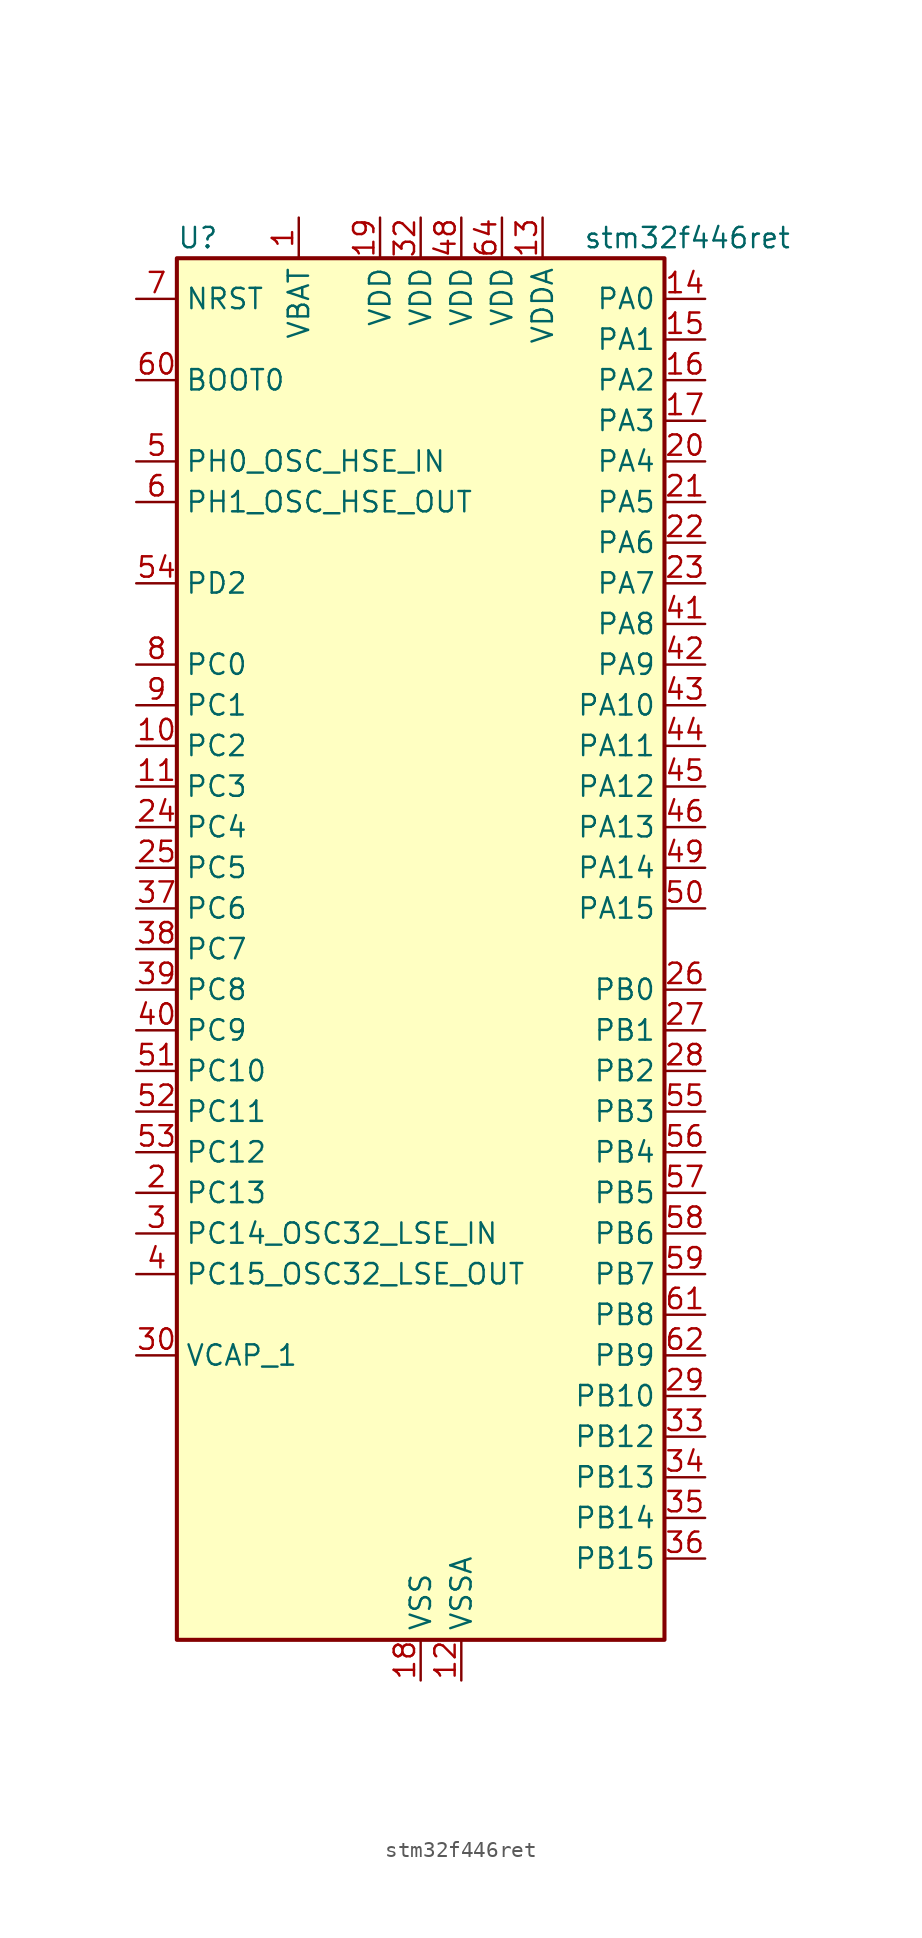
<source format=kicad_sym>
(kicad_symbol_lib
  (version 20231120)
  (generator "kicad_symbol_editor")
  (generator_version "8.0")
  (symbol "stm32f446ret"
    (property "Reference" "U"
      (at -15.24 44.45 0)
      (effects (font (size 1.27 1.27)) (justify left)))
    (property "Value" "stm32f446ret"
      (at 10.16 44.45 0)
      (effects (font (size 1.27 1.27)) (justify left)))
    (symbol "stm32f446ret_0_1"
      (rectangle (start -15.24 -43.18) (end 15.24 43.18) (stroke (width 0.254) (type default)) (fill (type background))))
    (symbol "stm32f446ret_1_1"
      (pin power_in line (at -7.62 45.72 270) (length 2.54) (name "VBAT" (effects (font (size 1.27 1.27)))) (number "1" (effects (font (size 1.27 1.27)))))
      (pin bidirectional line (at -17.78 12.7 0) (length 2.54) (name "PC2" (effects (font (size 1.27 1.27)))) (number "10" (effects (font (size 1.27 1.27)))) (alternate "ADC1_IN12" bidirectional line) (alternate "ADC2_IN12" bidirectional line) (alternate "ADC3_IN12" bidirectional line) (alternate "SPI2_MISO" bidirectional line) (alternate "USB_OTG_HS_ULPI_DIR" bidirectional line))
      (pin bidirectional line (at -17.78 10.16 0) (length 2.54) (name "PC3" (effects (font (size 1.27 1.27)))) (number "11" (effects (font (size 1.27 1.27)))) (alternate "ADC1_IN13" bidirectional line) (alternate "ADC2_IN13" bidirectional line) (alternate "ADC3_IN13" bidirectional line) (alternate "I2S2_SD" bidirectional line) (alternate "SPI2_MOSI" bidirectional line) (alternate "USB_OTG_HS_ULPI_NXT" bidirectional line))
      (pin power_in line (at 2.54 -45.72 90) (length 2.54) (name "VSSA" (effects (font (size 1.27 1.27)))) (number "12" (effects (font (size 1.27 1.27)))))
      (pin power_in line (at 7.62 45.72 270) (length 2.54) (name "VDDA" (effects (font (size 1.27 1.27)))) (number "13" (effects (font (size 1.27 1.27)))))
      (pin bidirectional line (at 17.78 40.64 180) (length 2.54) (name "PA0" (effects (font (size 1.27 1.27)))) (number "14" (effects (font (size 1.27 1.27)))) (alternate "ADC1_IN0" bidirectional line) (alternate "ADC2_IN0" bidirectional line) (alternate "ADC3_IN0" bidirectional line) (alternate "RTC_AF2" bidirectional line) (alternate "SYS_WKUP0" bidirectional line) (alternate "TIM2_CH1" bidirectional line) (alternate "TIM2_ETR" bidirectional line) (alternate "TIM5_CH1" bidirectional line) (alternate "TIM8_ETR" bidirectional line) (alternate "UART4_TX" bidirectional line) (alternate "USART2_CTS" bidirectional line))
      (pin bidirectional line (at 17.78 38.1 180) (length 2.54) (name "PA1" (effects (font (size 1.27 1.27)))) (number "15" (effects (font (size 1.27 1.27)))) (alternate "ADC1_IN1" bidirectional line) (alternate "ADC2_IN1" bidirectional line) (alternate "ADC3_IN1" bidirectional line) (alternate "QUADSPI_BK1_IO3" bidirectional line) (alternate "TIM2_CH2" bidirectional line) (alternate "TIM5_CH2" bidirectional line) (alternate "UART4_RX" bidirectional line) (alternate "USART2_RTS" bidirectional line))
      (pin bidirectional line (at 17.78 35.56 180) (length 2.54) (name "PA2" (effects (font (size 1.27 1.27)))) (number "16" (effects (font (size 1.27 1.27)))) (alternate "ADC1_IN2" bidirectional line) (alternate "ADC2_IN2" bidirectional line) (alternate "ADC3_IN2" bidirectional line) (alternate "TIM2_CH3" bidirectional line) (alternate "TIM5_CH3" bidirectional line) (alternate "TIM9_CH1" bidirectional line) (alternate "USART2_TX" bidirectional line))
      (pin bidirectional line (at 17.78 33.02 180) (length 2.54) (name "PA3" (effects (font (size 1.27 1.27)))) (number "17" (effects (font (size 1.27 1.27)))) (alternate "ADC1_IN3" bidirectional line) (alternate "ADC2_IN3" bidirectional line) (alternate "ADC3_IN3" bidirectional line) (alternate "SAI1_FS_A" bidirectional line) (alternate "TIM2_CH4" bidirectional line) (alternate "TIM5_CH4" bidirectional line) (alternate "TIM9_CH2" bidirectional line) (alternate "USART2_RX" bidirectional line) (alternate "USB_OTG_HS_ULPI_D0" bidirectional line))
      (pin power_in line (at 0 -45.72 90) (length 2.54) (name "VSS" (effects (font (size 1.27 1.27)))) (number "18" (effects (font (size 1.27 1.27)))))
      (pin power_in line (at -2.54 45.72 270) (length 2.54) (name "VDD" (effects (font (size 1.27 1.27)))) (number "19" (effects (font (size 1.27 1.27)))))
      (pin bidirectional line (at -17.78 -15.24 0) (length 2.54) (name "PC13" (effects (font (size 1.27 1.27)))) (number "2" (effects (font (size 1.27 1.27)))) (alternate "RTC_AF1" bidirectional line) (alternate "SYS_WKUP1" bidirectional line))
      (pin bidirectional line (at 17.78 30.48 180) (length 2.54) (name "PA4" (effects (font (size 1.27 1.27)))) (number "20" (effects (font (size 1.27 1.27)))) (alternate "ADC1_IN4" bidirectional line) (alternate "ADC2_IN4" bidirectional line) (alternate "DAC_OUT1" bidirectional line) (alternate "DCMI_HSYNC" bidirectional line) (alternate "I2S1_WS" bidirectional line) (alternate "I2S3_WS" bidirectional line) (alternate "SPI1_NSS" bidirectional line) (alternate "SPI3_NSS" bidirectional line) (alternate "USART2_CK" bidirectional line) (alternate "USB_OTG_HS_SOF" bidirectional line))
      (pin bidirectional line (at 17.78 27.94 180) (length 2.54) (name "PA5" (effects (font (size 1.27 1.27)))) (number "21" (effects (font (size 1.27 1.27)))) (alternate "ADC1_IN5" bidirectional line) (alternate "ADC2_IN5" bidirectional line) (alternate "DAC_OUT2" bidirectional line) (alternate "I2S1_CK" bidirectional line) (alternate "SPI1_SCK" bidirectional line) (alternate "TIM2_CH1" bidirectional line) (alternate "TIM2_ETR" bidirectional line) (alternate "TIM8_CH1N" bidirectional line) (alternate "USB_OTG_HS_ULPI_CK" bidirectional line))
      (pin bidirectional line (at 17.78 25.4 180) (length 2.54) (name "PA6" (effects (font (size 1.27 1.27)))) (number "22" (effects (font (size 1.27 1.27)))) (alternate "ADC1_IN6" bidirectional line) (alternate "ADC2_IN6" bidirectional line) (alternate "DCMI_PIXCLK" bidirectional line) (alternate "I2S2_MCK" bidirectional line) (alternate "SPI1_MISO" bidirectional line) (alternate "TIM13_CH1" bidirectional line) (alternate "TIM1_BKIN" bidirectional line) (alternate "TIM3_CH1" bidirectional line) (alternate "TIM8_BKIN" bidirectional line))
      (pin bidirectional line (at 17.78 22.86 180) (length 2.54) (name "PA7" (effects (font (size 1.27 1.27)))) (number "23" (effects (font (size 1.27 1.27)))) (alternate "ADC1_IN7" bidirectional line) (alternate "ADC2_IN7" bidirectional line) (alternate "I2S1_SD" bidirectional line) (alternate "SPI1_MOSI" bidirectional line) (alternate "TIM14_CH1" bidirectional line) (alternate "TIM1_CH1N" bidirectional line) (alternate "TIM3_CH2" bidirectional line) (alternate "TIM8_CH1N" bidirectional line))
      (pin bidirectional line (at -17.78 7.62 0) (length 2.54) (name "PC4" (effects (font (size 1.27 1.27)))) (number "24" (effects (font (size 1.27 1.27)))) (alternate "ADC1_IN14" bidirectional line) (alternate "ADC2_IN14" bidirectional line) (alternate "I2S1_MCK" bidirectional line) (alternate "SPDIFRX_IN2" bidirectional line))
      (pin bidirectional line (at -17.78 5.08 0) (length 2.54) (name "PC5" (effects (font (size 1.27 1.27)))) (number "25" (effects (font (size 1.27 1.27)))) (alternate "ADC1_IN15" bidirectional line) (alternate "ADC2_IN15" bidirectional line) (alternate "SPDIFRX_IN3" bidirectional line) (alternate "USART3_RX" bidirectional line))
      (pin bidirectional line (at 17.78 -2.54 180) (length 2.54) (name "PB0" (effects (font (size 1.27 1.27)))) (number "26" (effects (font (size 1.27 1.27)))) (alternate "ADC1_IN8" bidirectional line) (alternate "ADC2_IN8" bidirectional line) (alternate "I2S3_SD" bidirectional line) (alternate "SDIO_D1" bidirectional line) (alternate "SPI3_MOSI" bidirectional line) (alternate "TIM1_CH2N" bidirectional line) (alternate "TIM3_CH3" bidirectional line) (alternate "TIM8_CH2N" bidirectional line) (alternate "UART4_CTS" bidirectional line) (alternate "USB_OTG_HS_ULPI_D1" bidirectional line))
      (pin bidirectional line (at 17.78 -5.08 180) (length 2.54) (name "PB1" (effects (font (size 1.27 1.27)))) (number "27" (effects (font (size 1.27 1.27)))) (alternate "ADC1_IN9" bidirectional line) (alternate "ADC2_IN9" bidirectional line) (alternate "SDIO_D2" bidirectional line) (alternate "TIM1_CH3N" bidirectional line) (alternate "TIM3_CH4" bidirectional line) (alternate "TIM8_CH3N" bidirectional line) (alternate "USB_OTG_HS_ULPI_D2" bidirectional line))
      (pin bidirectional line (at 17.78 -7.62 180) (length 2.54) (name "PB2" (effects (font (size 1.27 1.27)))) (number "28" (effects (font (size 1.27 1.27)))) (alternate "I2S3_SD" bidirectional line) (alternate "QUADSPI_CLK" bidirectional line) (alternate "SAI1_SD_A" bidirectional line) (alternate "SDIO_CK" bidirectional line) (alternate "SPI3_MOSI" bidirectional line) (alternate "TIM2_CH4" bidirectional line) (alternate "USB_OTG_HS_ULPI_D4" bidirectional line))
      (pin bidirectional line (at 17.78 -27.94 180) (length 2.54) (name "PB10" (effects (font (size 1.27 1.27)))) (number "29" (effects (font (size 1.27 1.27)))) (alternate "I2C2_SCL" bidirectional line) (alternate "I2S2_CK" bidirectional line) (alternate "SAI1_SCK_A" bidirectional line) (alternate "SPI2_SCK" bidirectional line) (alternate "TIM2_CH3" bidirectional line) (alternate "USART3_TX" bidirectional line) (alternate "USB_OTG_HS_ULPI_D3" bidirectional line))
      (pin bidirectional line (at -17.78 -17.78 0) (length 2.54) (name "PC14_OSC32_LSE_IN" (effects (font (size 1.27 1.27)))) (number "3" (effects (font (size 1.27 1.27)))) (alternate "RCC_OSC32_IN" bidirectional line))
      (pin power_out line (at -17.78 -25.4 0) (length 2.54) (name "VCAP_1" (effects (font (size 1.27 1.27)))) (number "30" (effects (font (size 1.27 1.27)))))
      (pin passive line (at 0 -45.72 90) (length 2.54) hide (name "VSS" (effects (font (size 1.27 1.27)))) (number "31" (effects (font (size 1.27 1.27)))))
      (pin power_in line (at 0 45.72 270) (length 2.54) (name "VDD" (effects (font (size 1.27 1.27)))) (number "32" (effects (font (size 1.27 1.27)))))
      (pin bidirectional line (at 17.78 -30.48 180) (length 2.54) (name "PB12" (effects (font (size 1.27 1.27)))) (number "33" (effects (font (size 1.27 1.27)))) (alternate "CAN2_RX" bidirectional line) (alternate "I2C2_SMBA" bidirectional line) (alternate "I2S2_WS" bidirectional line) (alternate "SAI1_SCK_B" bidirectional line) (alternate "SPI2_NSS" bidirectional line) (alternate "TIM1_BKIN" bidirectional line) (alternate "USART3_CK" bidirectional line) (alternate "USB_OTG_HS_ID" bidirectional line) (alternate "USB_OTG_HS_ULPI_D5" bidirectional line))
      (pin bidirectional line (at 17.78 -33.02 180) (length 2.54) (name "PB13" (effects (font (size 1.27 1.27)))) (number "34" (effects (font (size 1.27 1.27)))) (alternate "CAN2_TX" bidirectional line) (alternate "I2S2_CK" bidirectional line) (alternate "SPI2_SCK" bidirectional line) (alternate "TIM1_CH1N" bidirectional line) (alternate "USART3_CTS" bidirectional line) (alternate "USB_OTG_HS_ULPI_D6" bidirectional line) (alternate "USB_OTG_HS_VBUS" bidirectional line))
      (pin bidirectional line (at 17.78 -35.56 180) (length 2.54) (name "PB14" (effects (font (size 1.27 1.27)))) (number "35" (effects (font (size 1.27 1.27)))) (alternate "SPI2_MISO" bidirectional line) (alternate "TIM12_CH1" bidirectional line) (alternate "TIM1_CH2N" bidirectional line) (alternate "TIM8_CH2N" bidirectional line) (alternate "USART3_RTS" bidirectional line) (alternate "USB_OTG_HS_DM" bidirectional line))
      (pin bidirectional line (at 17.78 -38.1 180) (length 2.54) (name "PB15" (effects (font (size 1.27 1.27)))) (number "36" (effects (font (size 1.27 1.27)))) (alternate "ADC1_EXTI15" bidirectional line) (alternate "ADC2_EXTI15" bidirectional line) (alternate "ADC3_EXTI15" bidirectional line) (alternate "I2S2_SD" bidirectional line) (alternate "RTC_REFIN" bidirectional line) (alternate "SPI2_MOSI" bidirectional line) (alternate "TIM12_CH2" bidirectional line) (alternate "TIM1_CH3N" bidirectional line) (alternate "TIM8_CH3N" bidirectional line) (alternate "USB_OTG_HS_DP" bidirectional line))
      (pin bidirectional line (at -17.78 2.54 0) (length 2.54) (name "PC6" (effects (font (size 1.27 1.27)))) (number "37" (effects (font (size 1.27 1.27)))) (alternate "DCMI_D0" bidirectional line) (alternate "FMPI2C1_SCL" bidirectional line) (alternate "I2S2_MCK" bidirectional line) (alternate "SDIO_D6" bidirectional line) (alternate "TIM3_CH1" bidirectional line) (alternate "TIM8_CH1" bidirectional line) (alternate "USART6_TX" bidirectional line))
      (pin bidirectional line (at -17.78 0 0) (length 2.54) (name "PC7" (effects (font (size 1.27 1.27)))) (number "38" (effects (font (size 1.27 1.27)))) (alternate "DCMI_D1" bidirectional line) (alternate "FMPI2C1_SDA" bidirectional line) (alternate "I2S2_CK" bidirectional line) (alternate "I2S3_MCK" bidirectional line) (alternate "SDIO_D7" bidirectional line) (alternate "SPDIFRX_IN1" bidirectional line) (alternate "SPI2_SCK" bidirectional line) (alternate "TIM3_CH2" bidirectional line) (alternate "TIM8_CH2" bidirectional line) (alternate "USART6_RX" bidirectional line))
      (pin bidirectional line (at -17.78 -2.54 0) (length 2.54) (name "PC8" (effects (font (size 1.27 1.27)))) (number "39" (effects (font (size 1.27 1.27)))) (alternate "DCMI_D2" bidirectional line) (alternate "SDIO_D0" bidirectional line) (alternate "SYS_TRACED0" bidirectional line) (alternate "TIM3_CH3" bidirectional line) (alternate "TIM8_CH3" bidirectional line) (alternate "UART5_RTS" bidirectional line) (alternate "USART6_CK" bidirectional line))
      (pin bidirectional line (at -17.78 -20.32 0) (length 2.54) (name "PC15_OSC32_LSE_OUT" (effects (font (size 1.27 1.27)))) (number "4" (effects (font (size 1.27 1.27)))) (alternate "ADC1_EXTI15" bidirectional line) (alternate "ADC2_EXTI15" bidirectional line) (alternate "ADC3_EXTI15" bidirectional line) (alternate "RCC_OSC32_OUT" bidirectional line))
      (pin bidirectional line (at -17.78 -5.08 0) (length 2.54) (name "PC9" (effects (font (size 1.27 1.27)))) (number "40" (effects (font (size 1.27 1.27)))) (alternate "DAC_EXTI9" bidirectional line) (alternate "DCMI_D3" bidirectional line) (alternate "I2C3_SDA" bidirectional line) (alternate "I2S_CKIN" bidirectional line) (alternate "QUADSPI_BK1_IO0" bidirectional line) (alternate "RCC_MCO_2" bidirectional line) (alternate "SDIO_D1" bidirectional line) (alternate "TIM3_CH4" bidirectional line) (alternate "TIM8_CH4" bidirectional line) (alternate "UART5_CTS" bidirectional line))
      (pin bidirectional line (at 17.78 20.32 180) (length 2.54) (name "PA8" (effects (font (size 1.27 1.27)))) (number "41" (effects (font (size 1.27 1.27)))) (alternate "I2C3_SCL" bidirectional line) (alternate "RCC_MCO_1" bidirectional line) (alternate "TIM1_CH1" bidirectional line) (alternate "USART1_CK" bidirectional line) (alternate "USB_OTG_FS_SOF" bidirectional line))
      (pin bidirectional line (at 17.78 17.78 180) (length 2.54) (name "PA9" (effects (font (size 1.27 1.27)))) (number "42" (effects (font (size 1.27 1.27)))) (alternate "DAC_EXTI9" bidirectional line) (alternate "DCMI_D0" bidirectional line) (alternate "I2C3_SMBA" bidirectional line) (alternate "I2S2_CK" bidirectional line) (alternate "SAI1_SD_B" bidirectional line) (alternate "SPI2_SCK" bidirectional line) (alternate "TIM1_CH2" bidirectional line) (alternate "USART1_TX" bidirectional line) (alternate "USB_OTG_FS_VBUS" bidirectional line))
      (pin bidirectional line (at 17.78 15.24 180) (length 2.54) (name "PA10" (effects (font (size 1.27 1.27)))) (number "43" (effects (font (size 1.27 1.27)))) (alternate "DCMI_D1" bidirectional line) (alternate "TIM1_CH3" bidirectional line) (alternate "USART1_RX" bidirectional line) (alternate "USB_OTG_FS_ID" bidirectional line))
      (pin bidirectional line (at 17.78 12.7 180) (length 2.54) (name "PA11" (effects (font (size 1.27 1.27)))) (number "44" (effects (font (size 1.27 1.27)))) (alternate "ADC1_EXTI11" bidirectional line) (alternate "ADC2_EXTI11" bidirectional line) (alternate "ADC3_EXTI11" bidirectional line) (alternate "CAN1_RX" bidirectional line) (alternate "TIM1_CH4" bidirectional line) (alternate "USART1_CTS" bidirectional line) (alternate "USB_OTG_FS_DM" bidirectional line))
      (pin bidirectional line (at 17.78 10.16 180) (length 2.54) (name "PA12" (effects (font (size 1.27 1.27)))) (number "45" (effects (font (size 1.27 1.27)))) (alternate "CAN1_TX" bidirectional line) (alternate "TIM1_ETR" bidirectional line) (alternate "USART1_RTS" bidirectional line) (alternate "USB_OTG_FS_DP" bidirectional line))
      (pin bidirectional line (at 17.78 7.62 180) (length 2.54) (name "PA13" (effects (font (size 1.27 1.27)))) (number "46" (effects (font (size 1.27 1.27)))) (alternate "SYS_JTMS-SWDIO" bidirectional line))
      (pin passive line (at 0 -45.72 90) (length 2.54) hide (name "VSS" (effects (font (size 1.27 1.27)))) (number "47" (effects (font (size 1.27 1.27)))))
      (pin power_in line (at 2.54 45.72 270) (length 2.54) (name "VDD" (effects (font (size 1.27 1.27)))) (number "48" (effects (font (size 1.27 1.27)))))
      (pin bidirectional line (at 17.78 5.08 180) (length 2.54) (name "PA14" (effects (font (size 1.27 1.27)))) (number "49" (effects (font (size 1.27 1.27)))) (alternate "SYS_JTCK-SWCLK" bidirectional line))
      (pin bidirectional line (at -17.78 30.48 0) (length 2.54) (name "PH0_OSC_HSE_IN" (effects (font (size 1.27 1.27)))) (number "5" (effects (font (size 1.27 1.27)))) (alternate "RCC_OSC_IN" bidirectional line))
      (pin bidirectional line (at 17.78 2.54 180) (length 2.54) (name "PA15" (effects (font (size 1.27 1.27)))) (number "50" (effects (font (size 1.27 1.27)))) (alternate "ADC1_EXTI15" bidirectional line) (alternate "ADC2_EXTI15" bidirectional line) (alternate "ADC3_EXTI15" bidirectional line) (alternate "CEC" bidirectional line) (alternate "I2S1_WS" bidirectional line) (alternate "I2S3_WS" bidirectional line) (alternate "SPI1_NSS" bidirectional line) (alternate "SPI3_NSS" bidirectional line) (alternate "SYS_JTDI" bidirectional line) (alternate "TIM2_CH1" bidirectional line) (alternate "TIM2_ETR" bidirectional line) (alternate "UART4_RTS" bidirectional line))
      (pin bidirectional line (at -17.78 -7.62 0) (length 2.54) (name "PC10" (effects (font (size 1.27 1.27)))) (number "51" (effects (font (size 1.27 1.27)))) (alternate "DCMI_D8" bidirectional line) (alternate "I2S3_CK" bidirectional line) (alternate "QUADSPI_BK1_IO1" bidirectional line) (alternate "SDIO_D2" bidirectional line) (alternate "SPI3_SCK" bidirectional line) (alternate "UART4_TX" bidirectional line) (alternate "USART3_TX" bidirectional line))
      (pin bidirectional line (at -17.78 -10.16 0) (length 2.54) (name "PC11" (effects (font (size 1.27 1.27)))) (number "52" (effects (font (size 1.27 1.27)))) (alternate "ADC1_EXTI11" bidirectional line) (alternate "ADC2_EXTI11" bidirectional line) (alternate "ADC3_EXTI11" bidirectional line) (alternate "DCMI_D4" bidirectional line) (alternate "QUADSPI_BK2_NCS" bidirectional line) (alternate "SDIO_D3" bidirectional line) (alternate "SPI3_MISO" bidirectional line) (alternate "UART4_RX" bidirectional line) (alternate "USART3_RX" bidirectional line))
      (pin bidirectional line (at -17.78 -12.7 0) (length 2.54) (name "PC12" (effects (font (size 1.27 1.27)))) (number "53" (effects (font (size 1.27 1.27)))) (alternate "DCMI_D9" bidirectional line) (alternate "I2C2_SDA" bidirectional line) (alternate "I2S3_SD" bidirectional line) (alternate "SDIO_CK" bidirectional line) (alternate "SPI3_MOSI" bidirectional line) (alternate "UART5_TX" bidirectional line) (alternate "USART3_CK" bidirectional line))
      (pin bidirectional line (at -17.78 22.86 0) (length 2.54) (name "PD2" (effects (font (size 1.27 1.27)))) (number "54" (effects (font (size 1.27 1.27)))) (alternate "DCMI_D11" bidirectional line) (alternate "SDIO_CMD" bidirectional line) (alternate "TIM3_ETR" bidirectional line) (alternate "UART5_RX" bidirectional line))
      (pin bidirectional line (at 17.78 -10.16 180) (length 2.54) (name "PB3" (effects (font (size 1.27 1.27)))) (number "55" (effects (font (size 1.27 1.27)))) (alternate "I2C2_SDA" bidirectional line) (alternate "I2S1_CK" bidirectional line) (alternate "I2S3_CK" bidirectional line) (alternate "SPI1_SCK" bidirectional line) (alternate "SPI3_SCK" bidirectional line) (alternate "SYS_JTDO-SWO" bidirectional line) (alternate "TIM2_CH2" bidirectional line))
      (pin bidirectional line (at 17.78 -12.7 180) (length 2.54) (name "PB4" (effects (font (size 1.27 1.27)))) (number "56" (effects (font (size 1.27 1.27)))) (alternate "I2C3_SDA" bidirectional line) (alternate "I2S2_WS" bidirectional line) (alternate "SPI1_MISO" bidirectional line) (alternate "SPI2_NSS" bidirectional line) (alternate "SPI3_MISO" bidirectional line) (alternate "SYS_JTRST" bidirectional line) (alternate "TIM3_CH1" bidirectional line))
      (pin bidirectional line (at 17.78 -15.24 180) (length 2.54) (name "PB5" (effects (font (size 1.27 1.27)))) (number "57" (effects (font (size 1.27 1.27)))) (alternate "CAN2_RX" bidirectional line) (alternate "DCMI_D10" bidirectional line) (alternate "I2C1_SMBA" bidirectional line) (alternate "I2S1_SD" bidirectional line) (alternate "I2S3_SD" bidirectional line) (alternate "SPI1_MOSI" bidirectional line) (alternate "SPI3_MOSI" bidirectional line) (alternate "TIM3_CH2" bidirectional line) (alternate "USB_OTG_HS_ULPI_D7" bidirectional line))
      (pin bidirectional line (at 17.78 -17.78 180) (length 2.54) (name "PB6" (effects (font (size 1.27 1.27)))) (number "58" (effects (font (size 1.27 1.27)))) (alternate "CAN2_TX" bidirectional line) (alternate "CEC" bidirectional line) (alternate "DCMI_D5" bidirectional line) (alternate "I2C1_SCL" bidirectional line) (alternate "QUADSPI_BK1_NCS" bidirectional line) (alternate "TIM4_CH1" bidirectional line) (alternate "USART1_TX" bidirectional line))
      (pin bidirectional line (at 17.78 -20.32 180) (length 2.54) (name "PB7" (effects (font (size 1.27 1.27)))) (number "59" (effects (font (size 1.27 1.27)))) (alternate "DCMI_VSYNC" bidirectional line) (alternate "I2C1_SDA" bidirectional line) (alternate "SPDIFRX_IN0" bidirectional line) (alternate "TIM4_CH2" bidirectional line) (alternate "USART1_RX" bidirectional line))
      (pin bidirectional line (at -17.78 27.94 0) (length 2.54) (name "PH1_OSC_HSE_OUT" (effects (font (size 1.27 1.27)))) (number "6" (effects (font (size 1.27 1.27)))) (alternate "RCC_OSC_OUT" bidirectional line))
      (pin input line (at -17.78 35.56 0) (length 2.54) (name "BOOT0" (effects (font (size 1.27 1.27)))) (number "60" (effects (font (size 1.27 1.27)))))
      (pin bidirectional line (at 17.78 -22.86 180) (length 2.54) (name "PB8" (effects (font (size 1.27 1.27)))) (number "61" (effects (font (size 1.27 1.27)))) (alternate "CAN1_RX" bidirectional line) (alternate "DCMI_D6" bidirectional line) (alternate "I2C1_SCL" bidirectional line) (alternate "SDIO_D4" bidirectional line) (alternate "TIM10_CH1" bidirectional line) (alternate "TIM2_CH1" bidirectional line) (alternate "TIM2_ETR" bidirectional line) (alternate "TIM4_CH3" bidirectional line))
      (pin bidirectional line (at 17.78 -25.4 180) (length 2.54) (name "PB9" (effects (font (size 1.27 1.27)))) (number "62" (effects (font (size 1.27 1.27)))) (alternate "CAN1_TX" bidirectional line) (alternate "DAC_EXTI9" bidirectional line) (alternate "DCMI_D7" bidirectional line) (alternate "I2C1_SDA" bidirectional line) (alternate "I2S2_WS" bidirectional line) (alternate "SAI1_FS_B" bidirectional line) (alternate "SDIO_D5" bidirectional line) (alternate "SPI2_NSS" bidirectional line) (alternate "TIM11_CH1" bidirectional line) (alternate "TIM2_CH2" bidirectional line) (alternate "TIM4_CH4" bidirectional line))
      (pin passive line (at 0 -45.72 90) (length 2.54) hide (name "VSS" (effects (font (size 1.27 1.27)))) (number "63" (effects (font (size 1.27 1.27)))))
      (pin power_in line (at 5.08 45.72 270) (length 2.54) (name "VDD" (effects (font (size 1.27 1.27)))) (number "64" (effects (font (size 1.27 1.27)))))
      (pin input line (at -17.78 40.64 0) (length 2.54) (name "NRST" (effects (font (size 1.27 1.27)))) (number "7" (effects (font (size 1.27 1.27)))))
      (pin bidirectional line (at -17.78 17.78 0) (length 2.54) (name "PC0" (effects (font (size 1.27 1.27)))) (number "8" (effects (font (size 1.27 1.27)))) (alternate "ADC1_IN10" bidirectional line) (alternate "ADC2_IN10" bidirectional line) (alternate "ADC3_IN10" bidirectional line) (alternate "SAI1_MCLK_B" bidirectional line) (alternate "USB_OTG_HS_ULPI_STP" bidirectional line))
      (pin bidirectional line (at -17.78 15.24 0) (length 2.54) (name "PC1" (effects (font (size 1.27 1.27)))) (number "9" (effects (font (size 1.27 1.27)))) (alternate "ADC1_IN11" bidirectional line) (alternate "ADC2_IN11" bidirectional line) (alternate "ADC3_IN11" bidirectional line) (alternate "I2S2_SD" bidirectional line) (alternate "I2S3_SD" bidirectional line) (alternate "SAI1_SD_A" bidirectional line) (alternate "SPI2_MOSI" bidirectional line) (alternate "SPI3_MOSI" bidirectional line)))))
</source>
